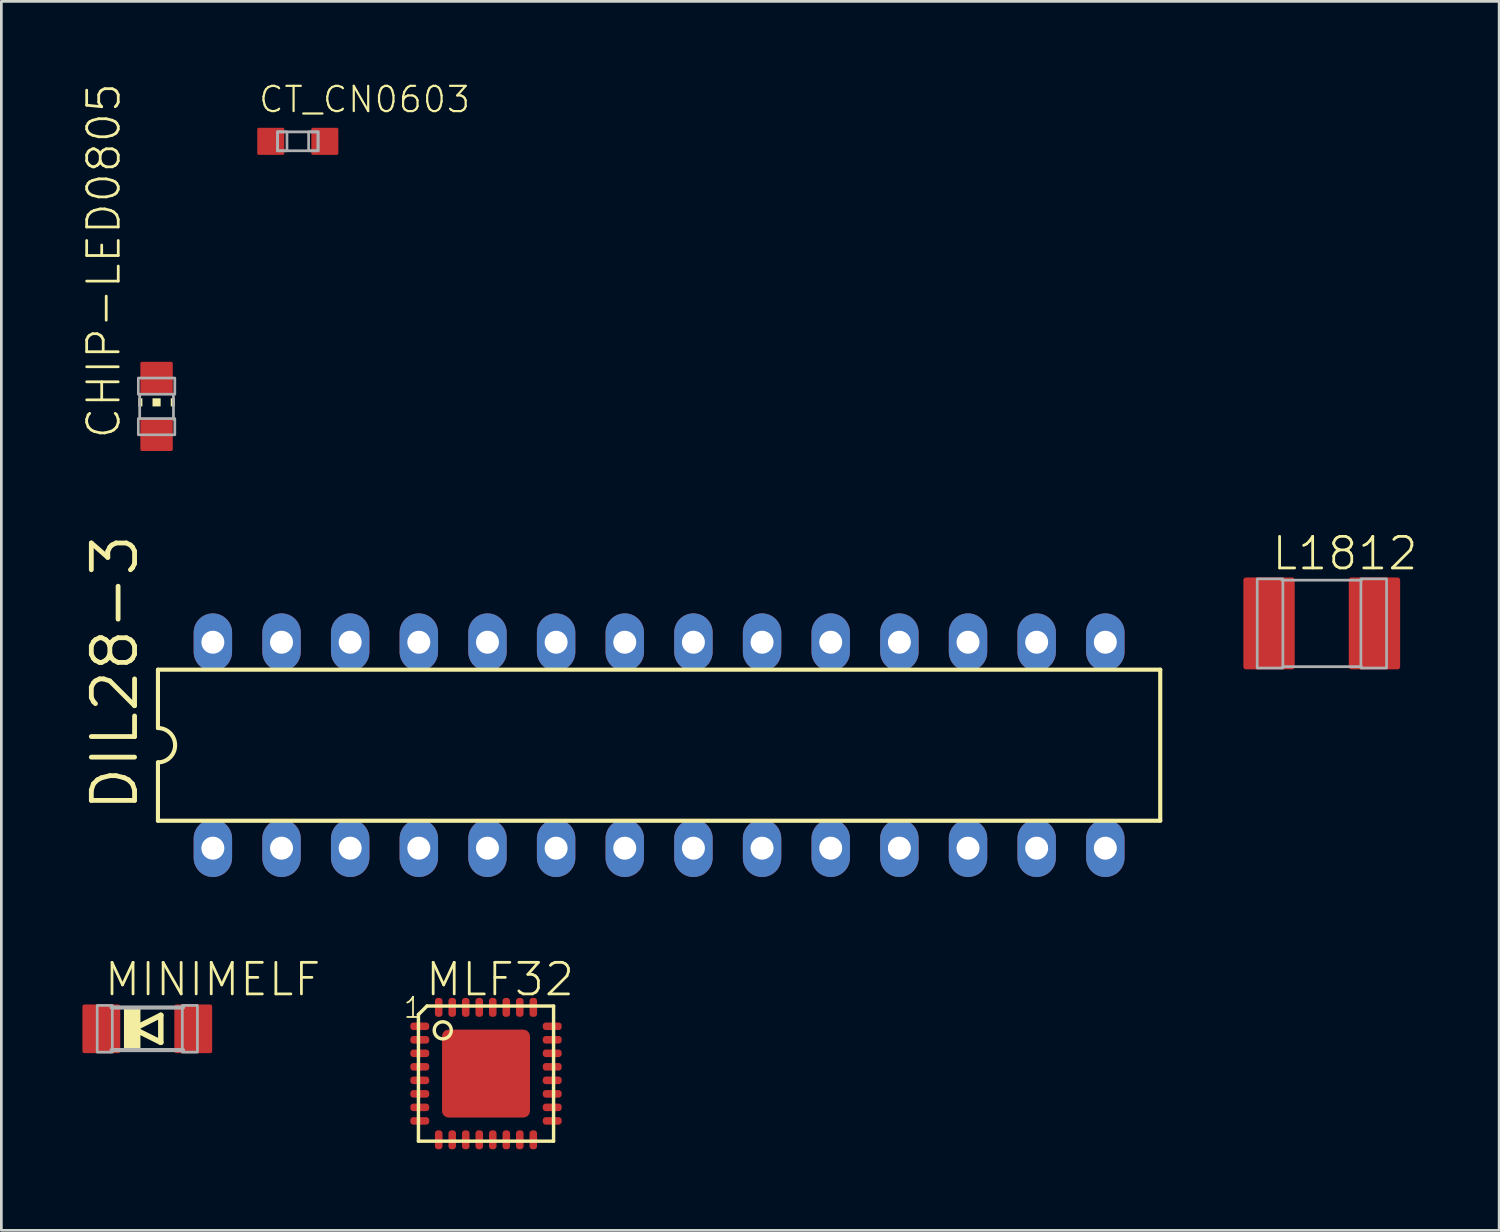
<source format=kicad_pcb>
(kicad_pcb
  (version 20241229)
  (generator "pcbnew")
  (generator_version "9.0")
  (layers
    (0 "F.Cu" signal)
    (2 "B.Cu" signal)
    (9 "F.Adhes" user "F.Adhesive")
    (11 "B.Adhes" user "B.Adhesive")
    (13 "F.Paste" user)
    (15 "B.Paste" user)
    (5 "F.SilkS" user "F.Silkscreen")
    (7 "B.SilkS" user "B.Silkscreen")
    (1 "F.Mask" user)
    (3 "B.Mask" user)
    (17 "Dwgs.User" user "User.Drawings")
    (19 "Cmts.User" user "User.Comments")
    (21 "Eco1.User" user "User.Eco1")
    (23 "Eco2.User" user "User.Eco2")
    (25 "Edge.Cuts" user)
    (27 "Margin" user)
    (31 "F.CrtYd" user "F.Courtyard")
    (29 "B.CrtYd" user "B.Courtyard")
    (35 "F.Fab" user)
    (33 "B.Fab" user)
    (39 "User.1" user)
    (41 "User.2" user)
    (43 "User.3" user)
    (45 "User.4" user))
  (footprint "L1812"
    (layer "F.Cu")
    (at 45.854 20.016)
    (property "Reference" "L1812" (at -1.905 -1.905 0) (layer "F.SilkS") (effects (font (size 1.168 1.168) (thickness 0.102)) (justify left bottom)))
    (fp_line (start -1.473 -1.6) (end 1.473 -1.6) (stroke (width 0.102) (type solid)) (layer "F.Fab"))
    (fp_line (start -1.448 1.6) (end 1.473 1.6) (stroke (width 0.102) (type solid)) (layer "F.Fab"))
    (fp_poly (pts (xy -2.388 1.651) (xy -1.438 1.651) (xy -1.438 -1.649) (xy -2.388 -1.649)) (stroke (width 0.1) (type solid)) (fill no) (layer "F.Fab"))
    (fp_poly (pts (xy 1.448 1.651) (xy 2.398 1.651) (xy 2.398 -1.649) (xy 1.448 -1.649)) (stroke (width 0.1) (type solid)) (fill no) (layer "F.Fab"))
    (pad "1" smd roundrect (at -1.95 0) (size 1.9 3.4) (layers "F.Cu" "F.Mask" "F.Paste") (roundrect_rratio 0.05))
    (pad "2" smd roundrect (at 1.95 0) (size 1.9 3.4) (layers "F.Cu" "F.Mask" "F.Paste") (roundrect_rratio 0.05)))
  (footprint "DIL28-3"
    (layer "F.Cu")
    (at 21.336 24.522)
    (property "Reference" "DIL28-3" (at -19.202 2.54 90) (layer "F.SilkS") (effects (font (size 1.6 1.6) (thickness 0.178)) (justify left bottom)))
    (fp_line (start -18.542 -2.794) (end -18.542 -0.635) (stroke (width 0.152) (type solid)) (layer "F.SilkS"))
    (fp_line (start -18.542 -2.794) (end 18.542 -2.794) (stroke (width 0.152) (type solid)) (layer "F.SilkS"))
    (fp_line (start -18.542 0.635) (end -18.542 2.794) (stroke (width 0.152) (type solid)) (layer "F.SilkS"))
    (fp_line (start -18.542 2.794) (end 18.542 2.794) (stroke (width 0.152) (type solid)) (layer "F.SilkS"))
    (fp_line (start 18.542 -2.794) (end 18.542 2.794) (stroke (width 0.152) (type solid)) (layer "F.SilkS"))
    (fp_arc (start -18.542 -0.635) (mid -17.907 0) (end -18.542 0.635) (stroke (width 0.1524) (type solid)) (layer "F.SilkS"))
    (pad "1" thru_hole oval (at -16.51 3.81 90) (size 2.134 1.422) (drill 0.85) (layers "*.Cu" "*.Mask"))
    (pad "2" thru_hole oval (at -13.97 3.81 90) (size 2.134 1.422) (drill 0.85) (layers "*.Cu" "*.Mask"))
    (pad "3" thru_hole oval (at -11.43 3.81 90) (size 2.134 1.422) (drill 0.85) (layers "*.Cu" "*.Mask"))
    (pad "4" thru_hole oval (at -8.89 3.81 90) (size 2.134 1.422) (drill 0.85) (layers "*.Cu" "*.Mask"))
    (pad "5" thru_hole oval (at -6.35 3.81 90) (size 2.134 1.422) (drill 0.85) (layers "*.Cu" "*.Mask"))
    (pad "6" thru_hole oval (at -3.81 3.81 90) (size 2.134 1.422) (drill 0.85) (layers "*.Cu" "*.Mask"))
    (pad "7" thru_hole oval (at -1.27 3.81 90) (size 2.134 1.422) (drill 0.85) (layers "*.Cu" "*.Mask"))
    (pad "8" thru_hole oval (at 1.27 3.81 90) (size 2.134 1.422) (drill 0.85) (layers "*.Cu" "*.Mask"))
    (pad "9" thru_hole oval (at 3.81 3.81 90) (size 2.134 1.422) (drill 0.85) (layers "*.Cu" "*.Mask"))
    (pad "10" thru_hole oval (at 6.35 3.81 90) (size 2.134 1.422) (drill 0.85) (layers "*.Cu" "*.Mask"))
    (pad "11" thru_hole oval (at 8.89 3.81 90) (size 2.134 1.422) (drill 0.85) (layers "*.Cu" "*.Mask"))
    (pad "12" thru_hole oval (at 11.43 3.81 90) (size 2.134 1.422) (drill 0.85) (layers "*.Cu" "*.Mask"))
    (pad "13" thru_hole oval (at 13.97 3.81 90) (size 2.134 1.422) (drill 0.85) (layers "*.Cu" "*.Mask"))
    (pad "14" thru_hole oval (at 16.51 3.81 90) (size 2.134 1.422) (drill 0.85) (layers "*.Cu" "*.Mask"))
    (pad "15" thru_hole oval (at 16.51 -3.81 90) (size 2.134 1.422) (drill 0.85) (layers "*.Cu" "*.Mask"))
    (pad "16" thru_hole oval (at 13.97 -3.81 90) (size 2.134 1.422) (drill 0.85) (layers "*.Cu" "*.Mask"))
    (pad "17" thru_hole oval (at 11.43 -3.81 90) (size 2.134 1.422) (drill 0.85) (layers "*.Cu" "*.Mask"))
    (pad "18" thru_hole oval (at 8.89 -3.81 90) (size 2.134 1.422) (drill 0.85) (layers "*.Cu" "*.Mask"))
    (pad "19" thru_hole oval (at 6.35 -3.81 90) (size 2.134 1.422) (drill 0.85) (layers "*.Cu" "*.Mask"))
    (pad "20" thru_hole oval (at 3.81 -3.81 90) (size 2.134 1.422) (drill 0.85) (layers "*.Cu" "*.Mask"))
    (pad "21" thru_hole oval (at 1.27 -3.81 90) (size 2.134 1.422) (drill 0.85) (layers "*.Cu" "*.Mask"))
    (pad "22" thru_hole oval (at -1.27 -3.81 90) (size 2.134 1.422) (drill 0.85) (layers "*.Cu" "*.Mask"))
    (pad "23" thru_hole oval (at -3.81 -3.81 90) (size 2.134 1.422) (drill 0.85) (layers "*.Cu" "*.Mask"))
    (pad "24" thru_hole oval (at -6.35 -3.81 90) (size 2.134 1.422) (drill 0.85) (layers "*.Cu" "*.Mask"))
    (pad "25" thru_hole oval (at -8.89 -3.81 90) (size 2.134 1.422) (drill 0.85) (layers "*.Cu" "*.Mask"))
    (pad "26" thru_hole oval (at -11.43 -3.81 90) (size 2.134 1.422) (drill 0.85) (layers "*.Cu" "*.Mask"))
    (pad "27" thru_hole oval (at -13.97 -3.81 90) (size 2.134 1.422) (drill 0.85) (layers "*.Cu" "*.Mask"))
    (pad "28" thru_hole oval (at -16.51 -3.81 90) (size 2.134 1.422) (drill 0.85) (layers "*.Cu" "*.Mask")))
  (footprint "MINIMELF"
    (layer "F.Cu")
    (at 2.4 35.015)
    (property "Reference" "MINIMELF" (at -1.651 -1.143 0) (layer "F.SilkS") (effects (font (size 1.168 1.168) (thickness 0.102)) (justify left bottom)))
    (fp_line (start -0.5 0) (end 0.5 0.5) (stroke (width 0.203) (type solid)) (layer "F.SilkS"))
    (fp_line (start 0.5 -0.5) (end -0.5 0) (stroke (width 0.203) (type solid)) (layer "F.SilkS"))
    (fp_line (start 0.5 0.5) (end 0.5 -0.5) (stroke (width 0.203) (type solid)) (layer "F.SilkS"))
    (fp_poly (pts (xy -0.864 0.787) (xy -0.254 0.787) (xy -0.254 -0.787) (xy -0.864 -0.787)) (stroke (width 0) (type solid)) (fill yes) (layer "F.SilkS"))
    (fp_line (start 1.321 -0.787) (end -1.321 -0.787) (stroke (width 0.152) (type solid)) (layer "F.Fab"))
    (fp_line (start 1.321 0.787) (end -1.321 0.787) (stroke (width 0.152) (type solid)) (layer "F.Fab"))
    (fp_poly (pts (xy -1.854 0.864) (xy -1.295 0.864) (xy -1.295 -0.864) (xy -1.854 -0.864)) (stroke (width 0.1) (type solid)) (fill no) (layer "F.Fab"))
    (fp_poly (pts (xy 1.295 0.864) (xy 1.854 0.864) (xy 1.854 -0.864) (xy 1.295 -0.864)) (stroke (width 0.1) (type solid)) (fill no) (layer "F.Fab"))
    (pad "A" smd roundrect (at 1.7 0) (size 1.4 1.8) (layers "F.Cu" "F.Mask" "F.Paste") (roundrect_rratio 0.05))
    (pad "C" smd roundrect (at -1.7 0) (size 1.4 1.8) (layers "F.Cu" "F.Mask" "F.Paste") (roundrect_rratio 0.05)))
  (footprint "CHIP-LED0805"
    (layer "F.Cu")
    (at 2.743 11.987)
    (property "Reference" "CHIP-LED0805" (at -1.27 1.27 90) (layer "F.SilkS") (effects (font (size 1.168 1.168) (thickness 0.102)) (justify left bottom)))
    (fp_poly (pts (xy -0.675 0) (xy -0.525 0) (xy -0.525 -0.3) (xy -0.675 -0.3)) (stroke (width 0) (type solid)) (fill yes) (layer "F.SilkS"))
    (fp_poly (pts (xy -0.15 0) (xy 0.15 0) (xy 0.15 -0.3) (xy -0.15 -0.3)) (stroke (width 0) (type solid)) (fill yes) (layer "F.SilkS"))
    (fp_poly (pts (xy 0.525 0) (xy 0.675 0) (xy 0.675 -0.3) (xy 0.525 -0.3)) (stroke (width 0) (type solid)) (fill yes) (layer "F.SilkS"))
    (fp_line (start -0.625 -0.45) (end -0.625 0.45) (stroke (width 0.102) (type solid)) (layer "F.Fab"))
    (fp_line (start 0.625 -0.45) (end 0.625 0.475) (stroke (width 0.102) (type solid)) (layer "F.Fab"))
    (fp_poly (pts (xy -0.675 -0.45) (xy 0.675 -0.45) (xy 0.675 -1.05) (xy -0.675 -1.05)) (stroke (width 0.1) (type solid)) (fill no) (layer "F.Fab"))
    (fp_poly (pts (xy -0.675 1.05) (xy 0.675 1.05) (xy 0.675 0.45) (xy -0.675 0.45)) (stroke (width 0.1) (type solid)) (fill no) (layer "F.Fab"))
    (pad "A" smd roundrect (at 0 1.05) (size 1.2 1.2) (layers "F.Cu" "F.Mask" "F.Paste") (roundrect_rratio 0.05))
    (pad "C" smd roundrect (at 0 -1.05) (size 1.2 1.2) (layers "F.Cu" "F.Mask" "F.Paste") (roundrect_rratio 0.05)))
  (footprint "CT_CN0603"
    (layer "F.Cu")
    (at 7.968 2.179)
    (property "Reference" "CT_CN0603" (at -1.5 -1 0) (layer "F.SilkS") (effects (font (size 0.935 0.935) (thickness 0.081)) (justify left bottom)))
    (fp_line (start -0.75 -0.35) (end 0.75 -0.35) (stroke (width 0.102) (type solid)) (layer "F.Fab"))
    (fp_line (start -0.75 0.35) (end -0.75 -0.35) (stroke (width 0.102) (type solid)) (layer "F.Fab"))
    (fp_line (start 0.75 -0.35) (end 0.75 0.35) (stroke (width 0.102) (type solid)) (layer "F.Fab"))
    (fp_line (start 0.75 0.35) (end -0.75 0.35) (stroke (width 0.102) (type solid)) (layer "F.Fab"))
    (fp_poly (pts (xy -0.75 0.35) (xy -0.4 0.35) (xy -0.4 -0.35) (xy -0.75 -0.35)) (stroke (width 0.1) (type solid)) (fill no) (layer "F.Fab"))
    (fp_poly (pts (xy 0.75 -0.35) (xy 0.4 -0.35) (xy 0.4 0.35) (xy 0.75 0.35)) (stroke (width 0.1) (type solid)) (fill no) (layer "F.Fab"))
    (pad "1" smd roundrect (at -1 0) (size 1 1) (layers "F.Cu" "F.Mask" "F.Paste") (roundrect_rratio 0.051))
    (pad "2" smd roundrect (at 1 0) (size 1 1) (layers "F.Cu" "F.Mask" "F.Paste") (roundrect_rratio 0.051)))
  (footprint "MLF32"
    (layer "F.Cu")
    (at 14.932 36.672)
    (property "Reference" "MLF32" (at -2.3 -2.8 0) (layer "F.SilkS") (effects (font (size 1.168 1.168) (thickness 0.102)) (justify left bottom)))
    (fp_poly (pts (xy 0.232 -1.313) (xy 0.456 -1.253) (xy 0.667 -1.155) (xy 0.857 -1.022) (xy 1.022 -0.857) (xy 1.155 -0.667) (xy 1.254 -0.454) (xy 1.334 -0.003) (xy 1.313 0.232) (xy 1.253 0.456) (xy 1.155 0.667) (xy 1.022 0.857) (xy 0.857 1.022) (xy 0.667 1.155) (xy 0.456 1.253) (xy 0.232 1.313) (xy 0 1.334) (xy -0.232 1.313) (xy -0.456 1.253) (xy -0.667 1.155) (xy -0.857 1.022) (xy -1.022 0.857) (xy -1.155 0.667) (xy -1.253 0.456) (xy -1.313 0.232) (xy -1.334 0) (xy -1.313 -0.232) (xy -1.253 -0.456) (xy -1.155 -0.667) (xy -1.022 -0.857) (xy -0.857 -1.022) (xy -0.667 -1.155) (xy -0.456 -1.253) (xy -0.232 -1.313) (xy 0 -1.334)) (stroke (width 0) (type solid)) (fill yes) (layer "F.Mask"))
    (fp_line (start -2.5 -2.183) (end -2.5 2.5) (stroke (width 0.127) (type solid)) (layer "F.SilkS"))
    (fp_line (start -2.5 2.5) (end 2.5 2.5) (stroke (width 0.127) (type solid)) (layer "F.SilkS"))
    (fp_line (start -2.183 -2.5) (end -2.5 -2.183) (stroke (width 0.127) (type solid)) (layer "F.SilkS"))
    (fp_line (start 2.5 -2.5) (end -2.183 -2.5) (stroke (width 0.127) (type solid)) (layer "F.SilkS"))
    (fp_line (start 2.5 2.5) (end 2.5 -2.5) (stroke (width 0.127) (type solid)) (layer "F.SilkS"))
    (fp_circle (center -1.6 -1.6) (end -1.284 -1.6) (stroke (width 0.127) (type solid)) (fill no) (layer "F.SilkS"))
    (fp_poly (pts (xy -0.635 0.635) (xy 0.635 0.635) (xy 0.635 -0.635) (xy -0.635 -0.635)) (stroke (width 0) (type solid)) (fill yes) (layer "F.Paste"))
    (fp_text user "1" (at -3.1 -2 0) (layer "F.SilkS") (effects (font (size 0.748 0.748) (thickness 0.065)) (justify left bottom)))
    (pad "1" smd roundrect (at -2.45 -1.75 90) (size 0.28 0.7) (layers "F.Cu" "F.Mask" "F.Paste") (roundrect_rratio 0.4))
    (pad "2" smd roundrect (at -2.45 -1.25 90) (size 0.28 0.7) (layers "F.Cu" "F.Mask" "F.Paste") (roundrect_rratio 0.4))
    (pad "3" smd roundrect (at -2.45 -0.75 90) (size 0.28 0.7) (layers "F.Cu" "F.Mask" "F.Paste") (roundrect_rratio 0.4))
    (pad "4" smd roundrect (at -2.45 -0.25 90) (size 0.28 0.7) (layers "F.Cu" "F.Mask" "F.Paste") (roundrect_rratio 0.4))
    (pad "5" smd roundrect (at -2.45 0.25 90) (size 0.28 0.7) (layers "F.Cu" "F.Mask" "F.Paste") (roundrect_rratio 0.4))
    (pad "6" smd roundrect (at -2.45 0.75 90) (size 0.28 0.7) (layers "F.Cu" "F.Mask" "F.Paste") (roundrect_rratio 0.4))
    (pad "7" smd roundrect (at -2.45 1.25 90) (size 0.28 0.7) (layers "F.Cu" "F.Mask" "F.Paste") (roundrect_rratio 0.4))
    (pad "8" smd roundrect (at -2.45 1.75 90) (size 0.28 0.7) (layers "F.Cu" "F.Mask" "F.Paste") (roundrect_rratio 0.4))
    (pad "9" smd roundrect (at -1.75 2.45 180) (size 0.28 0.7) (layers "F.Cu" "F.Mask" "F.Paste") (roundrect_rratio 0.4))
    (pad "10" smd roundrect (at -1.25 2.45 180) (size 0.28 0.7) (layers "F.Cu" "F.Mask" "F.Paste") (roundrect_rratio 0.4))
    (pad "11" smd roundrect (at -0.75 2.45 180) (size 0.28 0.7) (layers "F.Cu" "F.Mask" "F.Paste") (roundrect_rratio 0.4))
    (pad "12" smd roundrect (at -0.25 2.45 180) (size 0.28 0.7) (layers "F.Cu" "F.Mask" "F.Paste") (roundrect_rratio 0.4))
    (pad "13" smd roundrect (at 0.25 2.45 180) (size 0.28 0.7) (layers "F.Cu" "F.Mask" "F.Paste") (roundrect_rratio 0.4))
    (pad "14" smd roundrect (at 0.75 2.45 180) (size 0.28 0.7) (layers "F.Cu" "F.Mask" "F.Paste") (roundrect_rratio 0.4))
    (pad "15" smd roundrect (at 1.25 2.45 180) (size 0.28 0.7) (layers "F.Cu" "F.Mask" "F.Paste") (roundrect_rratio 0.4))
    (pad "16" smd roundrect (at 1.75 2.45 180) (size 0.28 0.7) (layers "F.Cu" "F.Mask" "F.Paste") (roundrect_rratio 0.4))
    (pad "17" smd roundrect (at 2.45 1.75 90) (size 0.28 0.7) (layers "F.Cu" "F.Mask" "F.Paste") (roundrect_rratio 0.4))
    (pad "18" smd roundrect (at 2.45 1.25 90) (size 0.28 0.7) (layers "F.Cu" "F.Mask" "F.Paste") (roundrect_rratio 0.4))
    (pad "19" smd roundrect (at 2.45 0.75 90) (size 0.28 0.7) (layers "F.Cu" "F.Mask" "F.Paste") (roundrect_rratio 0.4))
    (pad "20" smd roundrect (at 2.45 0.25 90) (size 0.28 0.7) (layers "F.Cu" "F.Mask" "F.Paste") (roundrect_rratio 0.4))
    (pad "21" smd roundrect (at 2.45 -0.25 90) (size 0.28 0.7) (layers "F.Cu" "F.Mask" "F.Paste") (roundrect_rratio 0.4))
    (pad "22" smd roundrect (at 2.45 -0.75 90) (size 0.28 0.7) (layers "F.Cu" "F.Mask" "F.Paste") (roundrect_rratio 0.4))
    (pad "23" smd roundrect (at 2.45 -1.25 90) (size 0.28 0.7) (layers "F.Cu" "F.Mask" "F.Paste") (roundrect_rratio 0.4))
    (pad "24" smd roundrect (at 2.45 -1.75 90) (size 0.28 0.7) (layers "F.Cu" "F.Mask" "F.Paste") (roundrect_rratio 0.4))
    (pad "25" smd roundrect (at 1.75 -2.45 180) (size 0.28 0.7) (layers "F.Cu" "F.Mask" "F.Paste") (roundrect_rratio 0.4))
    (pad "26" smd roundrect (at 1.25 -2.45 180) (size 0.28 0.7) (layers "F.Cu" "F.Mask" "F.Paste") (roundrect_rratio 0.4))
    (pad "27" smd roundrect (at 0.75 -2.45 180) (size 0.28 0.7) (layers "F.Cu" "F.Mask" "F.Paste") (roundrect_rratio 0.4))
    (pad "28" smd roundrect (at 0.25 -2.45 180) (size 0.28 0.7) (layers "F.Cu" "F.Mask" "F.Paste") (roundrect_rratio 0.4))
    (pad "29" smd roundrect (at -0.25 -2.45 180) (size 0.28 0.7) (layers "F.Cu" "F.Mask" "F.Paste") (roundrect_rratio 0.4))
    (pad "30" smd roundrect (at -0.75 -2.45 180) (size 0.28 0.7) (layers "F.Cu" "F.Mask" "F.Paste") (roundrect_rratio 0.4))
    (pad "31" smd roundrect (at -1.25 -2.45 180) (size 0.28 0.7) (layers "F.Cu" "F.Mask" "F.Paste") (roundrect_rratio 0.4))
    (pad "32" smd roundrect (at -1.75 -2.45 180) (size 0.28 0.7) (layers "F.Cu" "F.Mask" "F.Paste") (roundrect_rratio 0.4))
    (pad "33" smd roundrect (at 0 0 180) (size 3.254 3.254) (layers "F.Cu") (roundrect_rratio 0.075)))
  (gr_rect
    (start -3 -3)
    (end 52.417 42.472)
    (stroke (width 0.1) (type default))
    (fill no)
    (layer "Edge.Cuts")))
</source>
